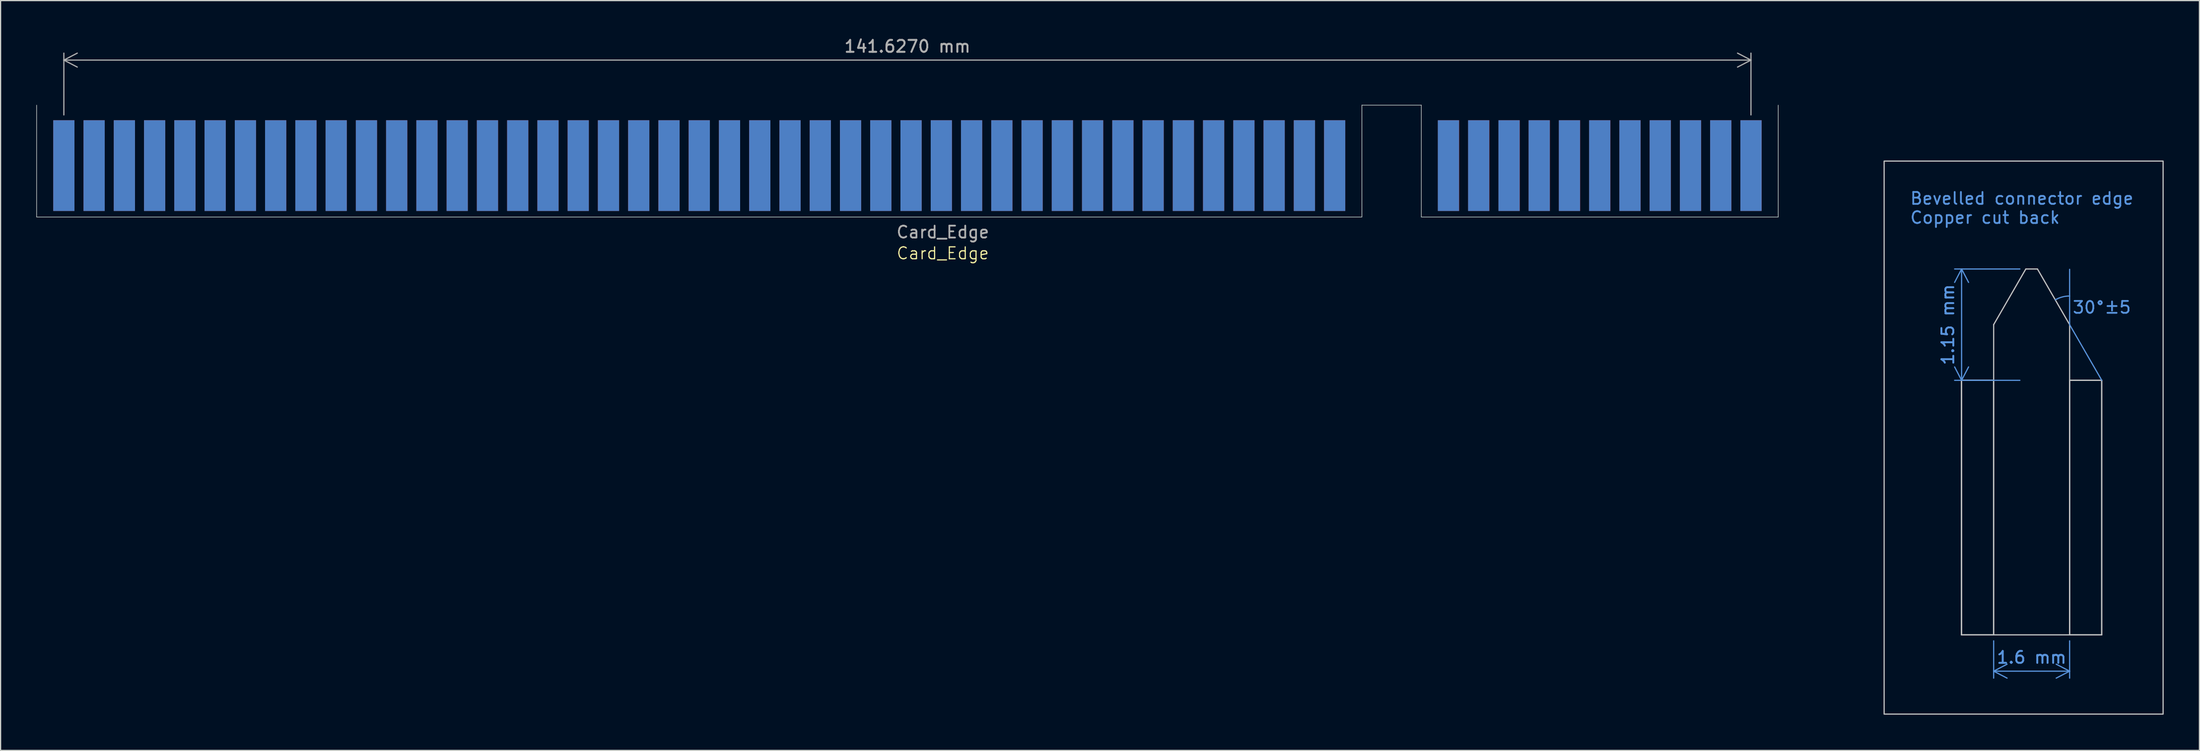
<source format=kicad_pcb>
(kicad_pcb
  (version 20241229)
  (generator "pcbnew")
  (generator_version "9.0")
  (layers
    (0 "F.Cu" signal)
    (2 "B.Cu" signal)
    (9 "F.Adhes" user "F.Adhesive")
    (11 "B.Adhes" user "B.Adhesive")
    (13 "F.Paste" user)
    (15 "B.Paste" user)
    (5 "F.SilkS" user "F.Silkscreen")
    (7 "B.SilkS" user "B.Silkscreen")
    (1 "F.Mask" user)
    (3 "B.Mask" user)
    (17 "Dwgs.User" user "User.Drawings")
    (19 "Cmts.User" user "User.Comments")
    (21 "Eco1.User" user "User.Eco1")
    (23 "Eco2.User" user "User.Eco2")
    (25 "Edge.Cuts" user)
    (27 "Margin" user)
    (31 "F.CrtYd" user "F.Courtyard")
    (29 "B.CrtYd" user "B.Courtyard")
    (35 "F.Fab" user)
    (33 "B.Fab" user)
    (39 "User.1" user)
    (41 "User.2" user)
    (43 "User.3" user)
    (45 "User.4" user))
  (footprint "Card_Edge"
    (layer "F.Cu")
    (at 76.098 13.657)
    (property "Reference" "Card_Edge" (at 0 4.572 0) (unlocked yes) (layer "F.SilkS") (effects (font (size 1 1) (thickness 0.1))))
    (attr smd)
    (fp_line (start 85.514 15.243) (end 88.214 15.243) (stroke (width 0.1) (type default)) (layer "Dwgs.User"))
    (fp_line (start 85.514 36.627) (end 85.514 15.243) (stroke (width 0.1) (type default)) (layer "Dwgs.User"))
    (fp_line (start 85.514 36.627) (end 88.214 36.627) (stroke (width 0.1) (type default)) (layer "Dwgs.User"))
    (fp_line (start 88.214 10.566) (end 88.214 36.627) (stroke (width 0.1) (type default)) (layer "Dwgs.User"))
    (fp_line (start 88.214 10.566) (end 90.914 5.89) (stroke (width 0.1) (type default)) (layer "Dwgs.User"))
    (fp_line (start 88.214 36.627) (end 94.59 36.627) (stroke (width 0.1) (type default)) (layer "Dwgs.User"))
    (fp_line (start 90.914 5.89) (end 91.89 5.89) (stroke (width 0.1) (type default)) (layer "Dwgs.User"))
    (fp_line (start 94.59 10.566) (end 91.89 5.89) (stroke (width 0.1) (type default)) (layer "Dwgs.User"))
    (fp_line (start 94.59 36.627) (end 94.59 10.566) (stroke (width 0.1) (type default)) (layer "Dwgs.User"))
    (fp_line (start 97.29 15.243) (end 94.59 15.243) (stroke (width 0.1) (type default)) (layer "Dwgs.User"))
    (fp_line (start 97.29 15.243) (end 97.29 36.627) (stroke (width 0.1) (type default)) (layer "Dwgs.User"))
    (fp_line (start 97.29 36.627) (end 94.59 36.627) (stroke (width 0.1) (type default)) (layer "Dwgs.User"))
    (fp_rect (start 79.019 -3.175) (end 102.438 43.282) (stroke (width 0.1) (type default)) (fill no) (layer "Dwgs.User"))
    (fp_rect (start 85.514 15.243) (end 88.204 36.627) (stroke (width 0.1) (type default)) (fill no) (layer "Dwgs.User"))
    (fp_rect (start 94.59 15.243) (end 97.279 36.627) (stroke (width 0.1) (type default)) (fill no) (layer "Dwgs.User"))
    (fp_line (start 94.59 10.566) (end 94.59 5.918) (stroke (width 0.1) (type default)) (layer "Cmts.User"))
    (fp_line (start 97.29 15.243) (end 94.59 10.566) (stroke (width 0.1) (type default)) (layer "Cmts.User"))
    (fp_arc (start 93.387011 8.482216) (mid 93.967116 8.24206) (end 94.5896 8.160149) (stroke (width 0.1) (type default)) (layer "Cmts.User"))
    (fp_line (start -76.073 -7.874) (end -76.073 1.524) (stroke (width 0.05) (type default)) (layer "Edge.Cuts"))
    (fp_line (start -76.073 1.524) (end 35.179 1.524) (stroke (width 0.05) (type default)) (layer "Edge.Cuts"))
    (fp_line (start 35.179 -7.874) (end 40.167 -7.874) (stroke (width 0.05) (type default)) (layer "Edge.Cuts"))
    (fp_line (start 35.179 1.524) (end 35.179 -7.874) (stroke (width 0.05) (type default)) (layer "Edge.Cuts"))
    (fp_line (start 40.167 -7.874) (end 40.167 1.524) (stroke (width 0.05) (type solid)) (layer "Edge.Cuts"))
    (fp_line (start 40.167 1.524) (end 70.129 1.524) (stroke (width 0.05) (type default)) (layer "Edge.Cuts"))
    (fp_line (start 70.129 1.524) (end 70.129 -7.874) (stroke (width 0.05) (type solid)) (layer "Edge.Cuts"))
    (fp_text user "Bevelled connector edge\nCopper cut back" (at 81.128 2.159 0) (unlocked yes) (layer "Cmts.User") (effects (font (size 1 1) (thickness 0.15)) (justify left bottom)))
    (fp_text user "30°±5" (at 94.767 9.703 0) (unlocked yes) (layer "Cmts.User") (effects (font (size 1 1) (thickness 0.15)) (justify left bottom)))
    (fp_text user "${REFERENCE}" (at 0 2.794 0) (unlocked yes) (layer "F.Fab") (effects (font (size 1 1) (thickness 0.15))))
    (dimension (type aligned) (layer "Cmts.User") (pts (xy 164.312 50.284) (xy 170.688 50.284)) (height 3.048) (format (prefix "") (suffix "") (units 3) (units_format 1) (precision 4) (override_value "1.6")) (style (thickness 0.1) (arrow_length 1.27) (text_position_mode 0) (arrow_direction outward) (extension_height 0.586) (extension_offset 0.5) (keep_text_aligned yes)) (gr_text "1.6 mm" (at 167.5 52.182 0) (layer "Cmts.User") (effects (font (size 1 1) (thickness 0.15)))))
    (dimension (type aligned) (layer "Cmts.User") (pts (xy 167.012 28.9) (xy 167.012 19.547)) (height -5.392) (format (prefix "") (suffix "") (units 3) (units_format 1) (precision 4) (override_value "1.15")) (style (thickness 0.1) (arrow_length 1.27) (text_position_mode 0) (arrow_direction outward) (extension_height 0.586) (extension_offset 0.5) (keep_text_aligned yes)) (gr_text "1.15 mm" (at 160.47 24.223 90) (layer "Cmts.User") (effects (font (size 1 1) (thickness 0.15)))))
    (dimension (type aligned) (layer "F.Fab") (pts (xy 2.311 7.104) (xy 143.938 7.104)) (height -5.105) (format (prefix "") (suffix "") (units 3) (units_format 1) (precision 4)) (style (thickness 0.1) (arrow_length 1.27) (text_position_mode 0) (arrow_direction outward) (extension_height 0.586) (extension_offset 0.5) (keep_text_aligned yes)) (gr_text "141.6270 mm" (at 73.124 0.848 0) (layer "F.Fab") (effects (font (size 1 1) (thickness 0.15)))))
    (pad "a1" connect rect (at -73.787 -2.794) (size 1.78 7.62) (layers "F.Cu" "F.Mask"))
    (pad "a2" connect rect (at -71.247 -2.794) (size 1.78 7.62) (layers "F.Cu" "F.Mask"))
    (pad "a3" connect rect (at -68.707 -2.794) (size 1.78 7.62) (layers "F.Cu" "F.Mask"))
    (pad "a4" connect rect (at -66.167 -2.794) (size 1.78 7.62) (layers "F.Cu" "F.Mask"))
    (pad "a5" connect rect (at -63.627 -2.794) (size 1.78 7.62) (layers "F.Cu" "F.Mask"))
    (pad "a6" connect rect (at -61.087 -2.794) (size 1.78 7.62) (layers "F.Cu" "F.Mask"))
    (pad "a7" connect rect (at -58.547 -2.794) (size 1.78 7.62) (layers "F.Cu" "F.Mask"))
    (pad "a8" connect rect (at -56.007 -2.794) (size 1.78 7.62) (layers "F.Cu" "F.Mask"))
    (pad "a9" connect rect (at -53.467 -2.794) (size 1.78 7.62) (layers "F.Cu" "F.Mask"))
    (pad "a10" connect rect (at -50.927 -2.794) (size 1.78 7.62) (layers "F.Cu" "F.Mask"))
    (pad "a11" connect rect (at -48.387 -2.794) (size 1.78 7.62) (layers "F.Cu" "F.Mask"))
    (pad "a12" connect rect (at -45.847 -2.794) (size 1.78 7.62) (layers "F.Cu" "F.Mask"))
    (pad "a13" connect rect (at -43.307 -2.794) (size 1.78 7.62) (layers "F.Cu" "F.Mask"))
    (pad "a14" connect rect (at -40.767 -2.794) (size 1.78 7.62) (layers "F.Cu" "F.Mask"))
    (pad "a15" connect rect (at -38.227 -2.794) (size 1.78 7.62) (layers "F.Cu" "F.Mask"))
    (pad "a16" connect rect (at -35.687 -2.794) (size 1.78 7.62) (layers "F.Cu" "F.Mask"))
    (pad "a17" connect rect (at -33.147 -2.794) (size 1.78 7.62) (layers "F.Cu" "F.Mask"))
    (pad "a18" connect rect (at -30.607 -2.794) (size 1.78 7.62) (layers "F.Cu" "F.Mask"))
    (pad "a19" connect rect (at -28.067 -2.794) (size 1.78 7.62) (layers "F.Cu" "F.Mask"))
    (pad "a20" connect rect (at -25.527 -2.794) (size 1.78 7.62) (layers "F.Cu" "F.Mask"))
    (pad "a21" connect rect (at -22.987 -2.794) (size 1.78 7.62) (layers "F.Cu" "F.Mask"))
    (pad "a22" connect rect (at -20.447 -2.794) (size 1.78 7.62) (layers "F.Cu" "F.Mask"))
    (pad "a23" connect rect (at -17.907 -2.794) (size 1.78 7.62) (layers "F.Cu" "F.Mask"))
    (pad "a24" connect rect (at -15.367 -2.794) (size 1.78 7.62) (layers "F.Cu" "F.Mask"))
    (pad "a25" connect rect (at -12.827 -2.794) (size 1.78 7.62) (layers "F.Cu" "F.Mask"))
    (pad "a26" connect rect (at -10.287 -2.794) (size 1.78 7.62) (layers "F.Cu" "F.Mask"))
    (pad "a27" connect rect (at -7.747 -2.794) (size 1.78 7.62) (layers "F.Cu" "F.Mask"))
    (pad "a28" connect rect (at -5.207 -2.794) (size 1.78 7.62) (layers "F.Cu" "F.Mask"))
    (pad "a29" connect rect (at -2.667 -2.794) (size 1.78 7.62) (layers "F.Cu" "F.Mask"))
    (pad "a30" connect rect (at -0.127 -2.794) (size 1.78 7.62) (layers "F.Cu" "F.Mask"))
    (pad "a31" connect rect (at 2.413 -2.794) (size 1.78 7.62) (layers "F.Cu" "F.Mask"))
    (pad "a32" connect rect (at 4.953 -2.794) (size 1.78 7.62) (layers "F.Cu" "F.Mask"))
    (pad "a33" connect rect (at 7.493 -2.794) (size 1.78 7.62) (layers "F.Cu" "F.Mask"))
    (pad "a34" connect rect (at 10.033 -2.794) (size 1.78 7.62) (layers "F.Cu" "F.Mask"))
    (pad "a35" connect rect (at 12.573 -2.794) (size 1.78 7.62) (layers "F.Cu" "F.Mask"))
    (pad "a36" connect rect (at 15.113 -2.794) (size 1.78 7.62) (layers "F.Cu" "F.Mask"))
    (pad "a37" connect rect (at 17.653 -2.794) (size 1.78 7.62) (layers "F.Cu" "F.Mask"))
    (pad "a38" connect rect (at 20.193 -2.794) (size 1.78 7.62) (layers "F.Cu" "F.Mask"))
    (pad "a39" connect rect (at 22.733 -2.794) (size 1.78 7.62) (layers "F.Cu" "F.Mask"))
    (pad "a40" connect rect (at 25.273 -2.794) (size 1.78 7.62) (layers "F.Cu" "F.Mask"))
    (pad "a41" connect rect (at 27.813 -2.794) (size 1.78 7.62) (layers "F.Cu" "F.Mask"))
    (pad "a42" connect rect (at 30.353 -2.794) (size 1.78 7.62) (layers "F.Cu" "F.Mask"))
    (pad "a43" connect rect (at 32.893 -2.794) (size 1.78 7.62) (layers "F.Cu" "F.Mask"))
    (pad "b1" connect rect (at -73.787 -2.794) (size 1.78 7.62) (layers "B.Cu" "B.Mask"))
    (pad "b2" connect rect (at -71.247 -2.794) (size 1.78 7.62) (layers "B.Cu" "B.Mask"))
    (pad "b3" connect rect (at -68.707 -2.794) (size 1.78 7.62) (layers "B.Cu" "B.Mask"))
    (pad "b4" connect rect (at -66.167 -2.794) (size 1.78 7.62) (layers "B.Cu" "B.Mask"))
    (pad "b5" connect rect (at -63.627 -2.794) (size 1.78 7.62) (layers "B.Cu" "B.Mask"))
    (pad "b6" connect rect (at -61.087 -2.794) (size 1.78 7.62) (layers "B.Cu" "B.Mask"))
    (pad "b7" connect rect (at -58.547 -2.794) (size 1.78 7.62) (layers "B.Cu" "B.Mask"))
    (pad "b8" connect rect (at -56.007 -2.794) (size 1.78 7.62) (layers "B.Cu" "B.Mask"))
    (pad "b9" connect rect (at -53.467 -2.794) (size 1.78 7.62) (layers "B.Cu" "B.Mask"))
    (pad "b10" connect rect (at -50.927 -2.794) (size 1.78 7.62) (layers "B.Cu" "B.Mask"))
    (pad "b11" connect rect (at -48.387 -2.794) (size 1.78 7.62) (layers "B.Cu" "B.Mask"))
    (pad "b12" connect rect (at -45.847 -2.794) (size 1.78 7.62) (layers "B.Cu" "B.Mask"))
    (pad "b13" connect rect (at -43.307 -2.794) (size 1.78 7.62) (layers "B.Cu" "B.Mask"))
    (pad "b14" connect rect (at -40.767 -2.794) (size 1.78 7.62) (layers "B.Cu" "B.Mask"))
    (pad "b15" connect rect (at -38.227 -2.794) (size 1.78 7.62) (layers "B.Cu" "B.Mask"))
    (pad "b16" connect rect (at -35.687 -2.794) (size 1.78 7.62) (layers "B.Cu" "B.Mask"))
    (pad "b17" connect rect (at -33.147 -2.794) (size 1.78 7.62) (layers "B.Cu" "B.Mask"))
    (pad "b18" connect rect (at -30.607 -2.794) (size 1.78 7.62) (layers "B.Cu" "B.Mask"))
    (pad "b19" connect rect (at -28.067 -2.794) (size 1.78 7.62) (layers "B.Cu" "B.Mask"))
    (pad "b20" connect rect (at -25.527 -2.794) (size 1.78 7.62) (layers "B.Cu" "B.Mask"))
    (pad "b21" connect rect (at -22.987 -2.794) (size 1.78 7.62) (layers "B.Cu" "B.Mask"))
    (pad "b22" connect rect (at -20.447 -2.794) (size 1.78 7.62) (layers "B.Cu" "B.Mask"))
    (pad "b23" connect rect (at -17.907 -2.794) (size 1.78 7.62) (layers "B.Cu" "B.Mask"))
    (pad "b24" connect rect (at -15.367 -2.794) (size 1.78 7.62) (layers "B.Cu" "B.Mask"))
    (pad "b25" connect rect (at -12.827 -2.794) (size 1.78 7.62) (layers "B.Cu" "B.Mask"))
    (pad "b26" connect rect (at -10.287 -2.794) (size 1.78 7.62) (layers "B.Cu" "B.Mask"))
    (pad "b27" connect rect (at -7.747 -2.794) (size 1.78 7.62) (layers "B.Cu" "B.Mask"))
    (pad "b28" connect rect (at -5.207 -2.794) (size 1.78 7.62) (layers "B.Cu" "B.Mask"))
    (pad "b29" connect rect (at -2.667 -2.794) (size 1.78 7.62) (layers "B.Cu" "B.Mask"))
    (pad "b30" connect rect (at -0.127 -2.794) (size 1.78 7.62) (layers "B.Cu" "B.Mask"))
    (pad "b31" connect rect (at 2.413 -2.794) (size 1.78 7.62) (layers "B.Cu" "B.Mask"))
    (pad "b32" connect rect (at 4.953 -2.794) (size 1.78 7.62) (layers "B.Cu" "B.Mask"))
    (pad "b33" connect rect (at 7.493 -2.794) (size 1.78 7.62) (layers "B.Cu" "B.Mask"))
    (pad "b34" connect rect (at 10.033 -2.794) (size 1.78 7.62) (layers "B.Cu" "B.Mask"))
    (pad "b35" connect rect (at 12.573 -2.794) (size 1.78 7.62) (layers "B.Cu" "B.Mask"))
    (pad "b36" connect rect (at 15.113 -2.794) (size 1.78 7.62) (layers "B.Cu" "B.Mask"))
    (pad "b37" connect rect (at 17.653 -2.794) (size 1.78 7.62) (layers "B.Cu" "B.Mask"))
    (pad "b38" connect rect (at 20.193 -2.794) (size 1.78 7.62) (layers "B.Cu" "B.Mask"))
    (pad "b39" connect rect (at 22.733 -2.794) (size 1.78 7.62) (layers "B.Cu" "B.Mask"))
    (pad "b40" connect rect (at 25.273 -2.794) (size 1.78 7.62) (layers "B.Cu" "B.Mask"))
    (pad "b41" connect rect (at 27.813 -2.794) (size 1.78 7.62) (layers "B.Cu" "B.Mask"))
    (pad "b42" connect rect (at 30.353 -2.794) (size 1.78 7.62) (layers "B.Cu" "B.Mask"))
    (pad "b43" connect rect (at 32.893 -2.794) (size 1.78 7.62) (layers "B.Cu" "B.Mask"))
    (pad "c1" connect rect (at 42.453 -2.794) (size 1.78 7.62) (layers "F.Cu" "F.Mask"))
    (pad "c2" connect rect (at 44.993 -2.794) (size 1.78 7.62) (layers "F.Cu" "F.Mask"))
    (pad "c3" connect rect (at 47.541 -2.794) (size 1.78 7.62) (layers "F.Cu" "F.Mask"))
    (pad "c4" connect rect (at 50.073 -2.794) (size 1.78 7.62) (layers "F.Cu" "F.Mask"))
    (pad "c5" connect rect (at 52.613 -2.794) (size 1.78 7.62) (layers "F.Cu" "F.Mask"))
    (pad "c6" connect rect (at 55.153 -2.794) (size 1.78 7.62) (layers "F.Cu" "F.Mask"))
    (pad "c7" connect rect (at 57.693 -2.794) (size 1.78 7.62) (layers "F.Cu" "F.Mask"))
    (pad "c8" connect rect (at 60.233 -2.794) (size 1.78 7.62) (layers "F.Cu" "F.Mask"))
    (pad "c9" connect rect (at 62.773 -2.794) (size 1.78 7.62) (layers "F.Cu" "F.Mask"))
    (pad "c10" connect rect (at 65.313 -2.794) (size 1.78 7.62) (layers "F.Cu" "F.Mask"))
    (pad "c11" connect rect (at 67.853 -2.794) (size 1.78 7.62) (layers "F.Cu" "F.Mask"))
    (pad "d1" connect rect (at 42.443 -2.794) (size 1.78 7.62) (layers "B.Cu" "B.Mask"))
    (pad "d2" connect rect (at 44.983 -2.794) (size 1.78 7.62) (layers "B.Cu" "B.Mask"))
    (pad "d3" connect rect (at 47.532 -2.794) (size 1.78 7.62) (layers "B.Cu" "B.Mask"))
    (pad "d4" connect rect (at 50.063 -2.794) (size 1.78 7.62) (layers "B.Cu" "B.Mask"))
    (pad "d5" connect rect (at 52.603 -2.794) (size 1.78 7.62) (layers "B.Cu" "B.Mask"))
    (pad "d6" connect rect (at 55.143 -2.794) (size 1.78 7.62) (layers "B.Cu" "B.Mask"))
    (pad "d7" connect rect (at 57.683 -2.794) (size 1.78 7.62) (layers "B.Cu" "B.Mask"))
    (pad "d8" connect rect (at 60.223 -2.794) (size 1.78 7.62) (layers "B.Cu" "B.Mask"))
    (pad "d9" connect rect (at 62.763 -2.794) (size 1.78 7.62) (layers "B.Cu" "B.Mask"))
    (pad "d10" connect rect (at 65.303 -2.794) (size 1.78 7.62) (layers "B.Cu" "B.Mask"))
    (pad "d11" connect rect (at 67.843 -2.794) (size 1.78 7.62) (layers "B.Cu" "B.Mask")))
  (gr_rect
    (start -3 -3)
    (end 181.586 59.988)
    (stroke (width 0.1) (type default))
    (fill no)
    (layer "Edge.Cuts")))
</source>
